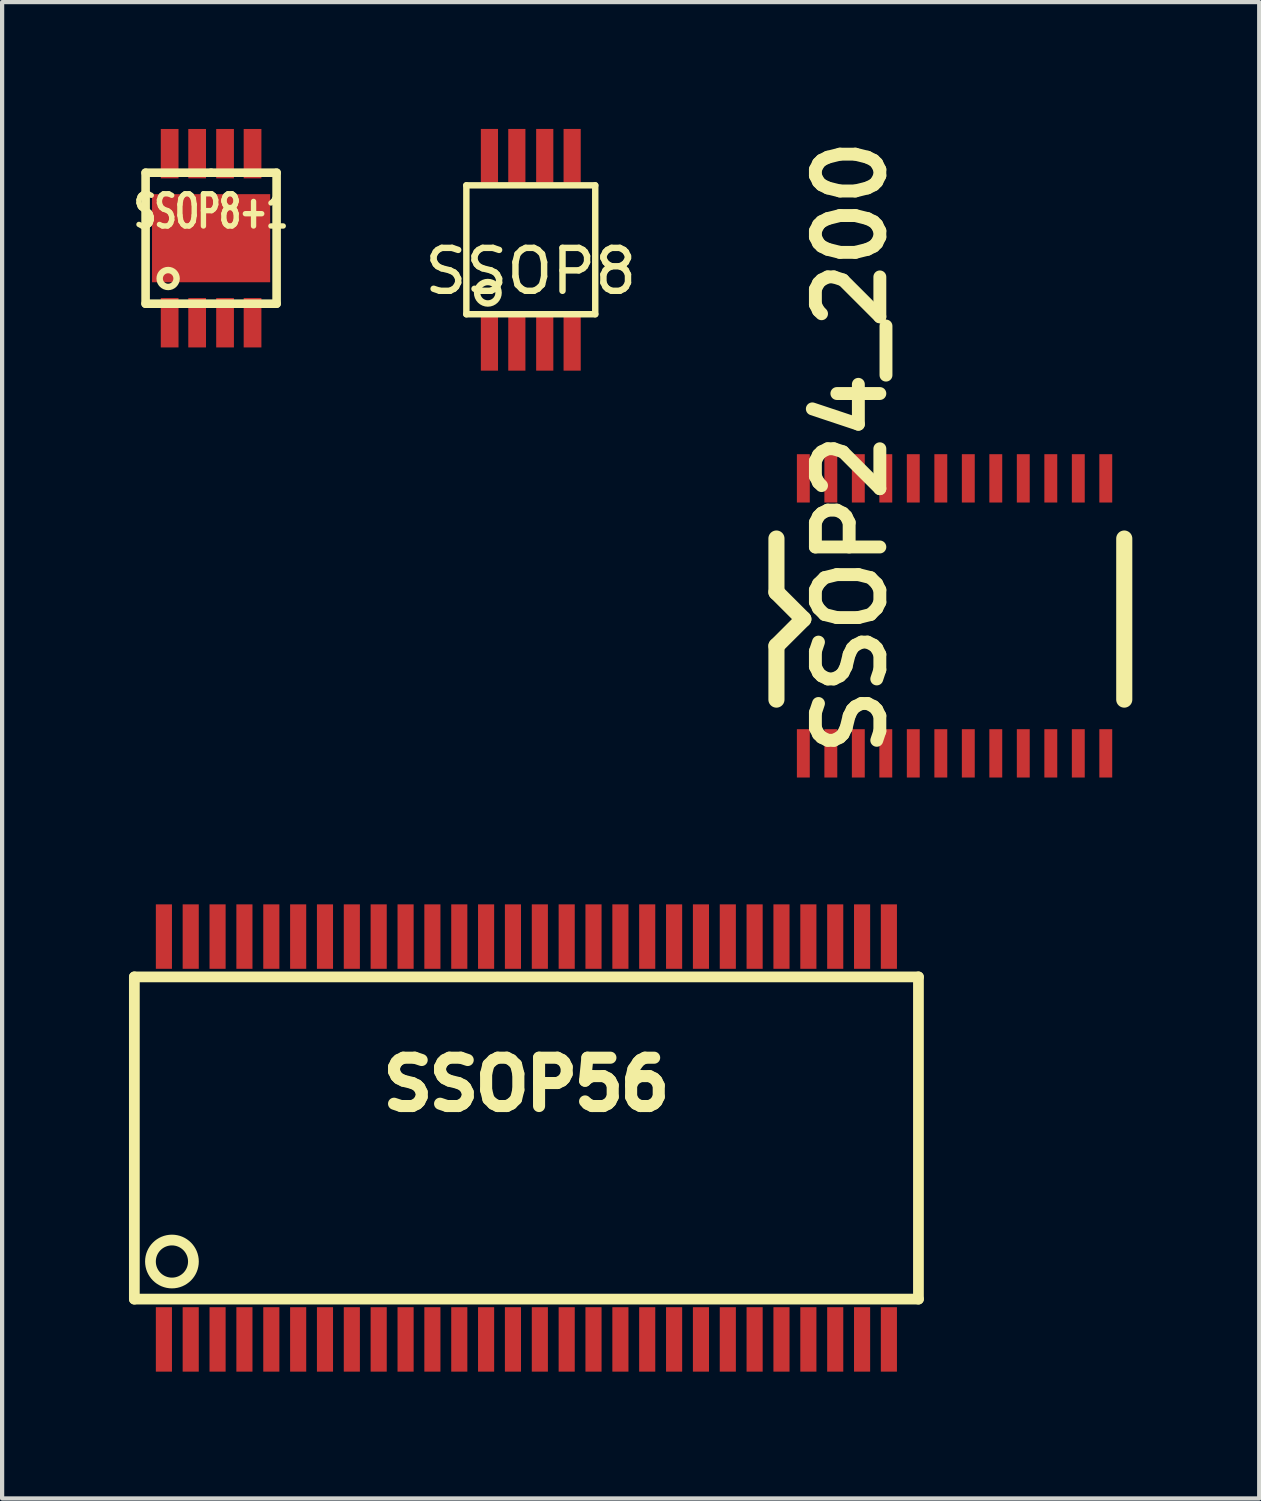
<source format=kicad_pcb>
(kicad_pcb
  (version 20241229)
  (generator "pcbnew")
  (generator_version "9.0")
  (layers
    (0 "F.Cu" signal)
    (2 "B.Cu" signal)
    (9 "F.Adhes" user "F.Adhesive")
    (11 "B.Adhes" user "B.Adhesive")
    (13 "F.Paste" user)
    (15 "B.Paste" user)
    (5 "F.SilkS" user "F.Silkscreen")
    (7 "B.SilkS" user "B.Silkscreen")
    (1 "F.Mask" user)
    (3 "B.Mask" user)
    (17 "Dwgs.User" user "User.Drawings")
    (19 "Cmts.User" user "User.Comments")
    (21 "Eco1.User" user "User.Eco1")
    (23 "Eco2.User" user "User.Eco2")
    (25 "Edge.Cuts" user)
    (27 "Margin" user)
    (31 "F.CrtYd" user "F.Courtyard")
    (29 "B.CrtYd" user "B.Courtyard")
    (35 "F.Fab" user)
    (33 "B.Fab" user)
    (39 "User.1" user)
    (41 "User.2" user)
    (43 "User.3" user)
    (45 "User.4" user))
  (footprint "SSOP8"
    (layer "F.Cu")
    (at 9.502 2.857)
    (property "Reference" "SSOP8" (at 0 0.508 0) (layer "F.SilkS") (effects (font (size 1.016 1.016) (thickness 0.152))))
    (attr smd)
    (fp_line (start -1.524 -1.524) (end 1.524 -1.524) (stroke (width 0.152) (type solid)) (layer "F.SilkS"))
    (fp_line (start -1.524 1.524) (end -1.524 -1.524) (stroke (width 0.152) (type solid)) (layer "F.SilkS"))
    (fp_line (start 1.524 -1.524) (end 1.524 1.524) (stroke (width 0.152) (type solid)) (layer "F.SilkS"))
    (fp_line (start 1.524 1.524) (end -1.524 1.524) (stroke (width 0.152) (type solid)) (layer "F.SilkS"))
    (fp_circle (center -1.016 1.016) (end -1.016 0.762) (stroke (width 0.152) (type solid)) (fill no) (layer "F.SilkS"))
    (pad "1" smd rect (at -0.978 2.223) (size 0.406 1.27) (layers "F.Cu" "F.Mask" "F.Paste"))
    (pad "2" smd rect (at -0.33 2.223) (size 0.406 1.27) (layers "F.Cu" "F.Mask" "F.Paste"))
    (pad "3" smd rect (at 0.33 2.223) (size 0.406 1.27) (layers "F.Cu" "F.Mask" "F.Paste"))
    (pad "4" smd rect (at 0.978 2.223) (size 0.406 1.27) (layers "F.Cu" "F.Mask" "F.Paste"))
    (pad "5" smd rect (at 0.978 -2.223) (size 0.406 1.27) (layers "F.Cu" "F.Mask" "F.Paste"))
    (pad "6" smd rect (at 0.33 -2.223) (size 0.406 1.27) (layers "F.Cu" "F.Mask" "F.Paste"))
    (pad "7" smd rect (at -0.33 -2.223) (size 0.406 1.27) (layers "F.Cu" "F.Mask" "F.Paste"))
    (pad "8" smd rect (at -0.978 -2.223) (size 0.406 1.27) (layers "F.Cu" "F.Mask" "F.Paste")))
  (footprint "SSOP56"
    (layer "F.Cu")
    (at 9.398 23.861)
    (property "Reference" "SSOP56" (at 0 -1.27 0) (layer "F.SilkS") (effects (font (size 1.143 1.143) (thickness 0.287))))
    (attr smd)
    (fp_line (start -9.271 -3.81) (end -9.271 3.81) (stroke (width 0.254) (type solid)) (layer "F.SilkS"))
    (fp_line (start -9.271 3.81) (end 9.271 3.81) (stroke (width 0.254) (type solid)) (layer "F.SilkS"))
    (fp_line (start 9.271 -3.81) (end -9.271 -3.81) (stroke (width 0.254) (type solid)) (layer "F.SilkS"))
    (fp_line (start 9.271 3.81) (end 9.271 -3.81) (stroke (width 0.254) (type solid)) (layer "F.SilkS"))
    (fp_circle (center -8.382 2.921) (end -8.382 2.413) (stroke (width 0.254) (type solid)) (fill no) (layer "F.SilkS"))
    (pad "1" smd rect (at -8.572 4.763) (size 0.381 1.524) (layers "F.Cu" "F.Mask" "F.Paste"))
    (pad "2" smd rect (at -7.938 4.763) (size 0.381 1.524) (layers "F.Cu" "F.Mask" "F.Paste"))
    (pad "3" smd rect (at -7.303 4.763) (size 0.381 1.524) (layers "F.Cu" "F.Mask" "F.Paste"))
    (pad "4" smd rect (at -6.668 4.763) (size 0.381 1.524) (layers "F.Cu" "F.Mask" "F.Paste"))
    (pad "5" smd rect (at -6.032 4.763) (size 0.381 1.524) (layers "F.Cu" "F.Mask" "F.Paste"))
    (pad "6" smd rect (at -5.397 4.763) (size 0.381 1.524) (layers "F.Cu" "F.Mask" "F.Paste"))
    (pad "7" smd rect (at -4.763 4.763) (size 0.381 1.524) (layers "F.Cu" "F.Mask" "F.Paste"))
    (pad "8" smd rect (at -4.128 4.763) (size 0.381 1.524) (layers "F.Cu" "F.Mask" "F.Paste"))
    (pad "9" smd rect (at -3.493 4.763) (size 0.381 1.524) (layers "F.Cu" "F.Mask" "F.Paste"))
    (pad "10" smd rect (at -2.857 4.763) (size 0.381 1.524) (layers "F.Cu" "F.Mask" "F.Paste"))
    (pad "11" smd rect (at -2.223 4.763) (size 0.381 1.524) (layers "F.Cu" "F.Mask" "F.Paste"))
    (pad "12" smd rect (at -1.587 4.763) (size 0.381 1.524) (layers "F.Cu" "F.Mask" "F.Paste"))
    (pad "13" smd rect (at -0.953 4.763) (size 0.381 1.524) (layers "F.Cu" "F.Mask" "F.Paste"))
    (pad "14" smd rect (at -0.318 4.763) (size 0.381 1.524) (layers "F.Cu" "F.Mask" "F.Paste"))
    (pad "15" smd rect (at 0.318 4.763) (size 0.381 1.524) (layers "F.Cu" "F.Mask" "F.Paste"))
    (pad "16" smd rect (at 0.953 4.763) (size 0.381 1.524) (layers "F.Cu" "F.Mask" "F.Paste"))
    (pad "17" smd rect (at 1.587 4.763) (size 0.381 1.524) (layers "F.Cu" "F.Mask" "F.Paste"))
    (pad "18" smd rect (at 2.223 4.763) (size 0.381 1.524) (layers "F.Cu" "F.Mask" "F.Paste"))
    (pad "19" smd rect (at 2.857 4.763) (size 0.381 1.524) (layers "F.Cu" "F.Mask" "F.Paste"))
    (pad "20" smd rect (at 3.493 4.763) (size 0.381 1.524) (layers "F.Cu" "F.Mask" "F.Paste"))
    (pad "21" smd rect (at 4.128 4.763) (size 0.381 1.524) (layers "F.Cu" "F.Mask" "F.Paste"))
    (pad "22" smd rect (at 4.763 4.763) (size 0.381 1.524) (layers "F.Cu" "F.Mask" "F.Paste"))
    (pad "23" smd rect (at 5.397 4.763) (size 0.381 1.524) (layers "F.Cu" "F.Mask" "F.Paste"))
    (pad "24" smd rect (at 6.032 4.763) (size 0.381 1.524) (layers "F.Cu" "F.Mask" "F.Paste"))
    (pad "25" smd rect (at 6.668 4.763) (size 0.381 1.524) (layers "F.Cu" "F.Mask" "F.Paste"))
    (pad "26" smd rect (at 7.303 4.763) (size 0.381 1.524) (layers "F.Cu" "F.Mask" "F.Paste"))
    (pad "27" smd rect (at 7.938 4.763) (size 0.381 1.524) (layers "F.Cu" "F.Mask" "F.Paste"))
    (pad "28" smd rect (at 8.572 4.763) (size 0.381 1.524) (layers "F.Cu" "F.Mask" "F.Paste"))
    (pad "29" smd rect (at 8.572 -4.763) (size 0.381 1.524) (layers "F.Cu" "F.Mask" "F.Paste"))
    (pad "30" smd rect (at 7.938 -4.763) (size 0.381 1.524) (layers "F.Cu" "F.Mask" "F.Paste"))
    (pad "31" smd rect (at 7.303 -4.763) (size 0.381 1.524) (layers "F.Cu" "F.Mask" "F.Paste"))
    (pad "32" smd rect (at 6.668 -4.763) (size 0.381 1.524) (layers "F.Cu" "F.Mask" "F.Paste"))
    (pad "33" smd rect (at 6.032 -4.763) (size 0.381 1.524) (layers "F.Cu" "F.Mask" "F.Paste"))
    (pad "34" smd rect (at 5.397 -4.763) (size 0.381 1.524) (layers "F.Cu" "F.Mask" "F.Paste"))
    (pad "35" smd rect (at 4.763 -4.763) (size 0.381 1.524) (layers "F.Cu" "F.Mask" "F.Paste"))
    (pad "36" smd rect (at 4.128 -4.763) (size 0.381 1.524) (layers "F.Cu" "F.Mask" "F.Paste"))
    (pad "37" smd rect (at 3.493 -4.763) (size 0.381 1.524) (layers "F.Cu" "F.Mask" "F.Paste"))
    (pad "38" smd rect (at 2.857 -4.763) (size 0.381 1.524) (layers "F.Cu" "F.Mask" "F.Paste"))
    (pad "39" smd rect (at 2.223 -4.763) (size 0.381 1.524) (layers "F.Cu" "F.Mask" "F.Paste"))
    (pad "40" smd rect (at 1.587 -4.763) (size 0.381 1.524) (layers "F.Cu" "F.Mask" "F.Paste"))
    (pad "41" smd rect (at 0.953 -4.763) (size 0.381 1.524) (layers "F.Cu" "F.Mask" "F.Paste"))
    (pad "42" smd rect (at 0.318 -4.763) (size 0.381 1.524) (layers "F.Cu" "F.Mask" "F.Paste"))
    (pad "43" smd rect (at -0.318 -4.763) (size 0.381 1.524) (layers "F.Cu" "F.Mask" "F.Paste"))
    (pad "44" smd rect (at -0.953 -4.763) (size 0.381 1.524) (layers "F.Cu" "F.Mask" "F.Paste"))
    (pad "45" smd rect (at -1.587 -4.763) (size 0.381 1.524) (layers "F.Cu" "F.Mask" "F.Paste"))
    (pad "46" smd rect (at -2.223 -4.763) (size 0.381 1.524) (layers "F.Cu" "F.Mask" "F.Paste"))
    (pad "47" smd rect (at -2.857 -4.763) (size 0.381 1.524) (layers "F.Cu" "F.Mask" "F.Paste"))
    (pad "48" smd rect (at -3.493 -4.763) (size 0.381 1.524) (layers "F.Cu" "F.Mask" "F.Paste"))
    (pad "49" smd rect (at -4.128 -4.763) (size 0.381 1.524) (layers "F.Cu" "F.Mask" "F.Paste"))
    (pad "50" smd rect (at -4.763 -4.763) (size 0.381 1.524) (layers "F.Cu" "F.Mask" "F.Paste"))
    (pad "51" smd rect (at -5.397 -4.763) (size 0.381 1.524) (layers "F.Cu" "F.Mask" "F.Paste"))
    (pad "52" smd rect (at -6.032 -4.763) (size 0.381 1.524) (layers "F.Cu" "F.Mask" "F.Paste"))
    (pad "53" smd rect (at -6.668 -4.763) (size 0.381 1.524) (layers "F.Cu" "F.Mask" "F.Paste"))
    (pad "54" smd rect (at -7.303 -4.763) (size 0.381 1.524) (layers "F.Cu" "F.Mask" "F.Paste"))
    (pad "55" smd rect (at -7.938 -4.763) (size 0.381 1.524) (layers "F.Cu" "F.Mask" "F.Paste"))
    (pad "56" smd rect (at -8.572 -4.763) (size 0.381 1.524) (layers "F.Cu" "F.Mask" "F.Paste")))
  (footprint "SSOP8+1"
    (layer "F.Cu")
    (at 1.942 2.583)
    (property "Reference" "SSOP8+1" (at 0 -0.635 0) (layer "F.SilkS") (effects (font (size 0.762 0.508) (thickness 0.127))))
    (attr smd)
    (fp_line (start -1.549 -1.549) (end -1.549 1.549) (stroke (width 0.203) (type solid)) (layer "F.SilkS"))
    (fp_line (start -1.549 1.549) (end 1.549 1.549) (stroke (width 0.203) (type solid)) (layer "F.SilkS"))
    (fp_line (start 0 -1.549) (end -1.549 -1.549) (stroke (width 0.203) (type solid)) (layer "F.SilkS"))
    (fp_line (start 1.549 -1.549) (end 0 -1.549) (stroke (width 0.203) (type solid)) (layer "F.SilkS"))
    (fp_line (start 1.549 1.549) (end 1.549 -1.549) (stroke (width 0.203) (type solid)) (layer "F.SilkS"))
    (fp_circle (center -1.016 0.953) (end -1.079 1.143) (stroke (width 0.152) (type solid)) (fill no) (layer "F.SilkS"))
    (pad "1" smd rect (at -0.98 1.999) (size 0.419 1.168) (layers "F.Cu" "F.Mask" "F.Paste"))
    (pad "2" smd rect (at -0.33 1.999) (size 0.419 1.168) (layers "F.Cu" "F.Mask" "F.Paste"))
    (pad "3" smd rect (at 0.33 1.999) (size 0.419 1.168) (layers "F.Cu" "F.Mask" "F.Paste"))
    (pad "4" smd rect (at 0.98 1.999) (size 0.419 1.168) (layers "F.Cu" "F.Mask" "F.Paste"))
    (pad "5" smd rect (at 0.98 -1.999) (size 0.419 1.168) (layers "F.Cu" "F.Mask" "F.Paste"))
    (pad "6" smd rect (at 0.33 -1.999) (size 0.419 1.168) (layers "F.Cu" "F.Mask" "F.Paste"))
    (pad "7" smd rect (at -0.33 -1.999) (size 0.419 1.168) (layers "F.Cu" "F.Mask" "F.Paste"))
    (pad "8" smd rect (at -0.98 -1.999) (size 0.419 1.168) (layers "F.Cu" "F.Mask" "F.Paste"))
    (pad "9" smd rect (at 0 0) (size 2.794 2.083) (layers "F.Cu" "F.Mask" "F.Paste")))
  (footprint "SSOP24_200"
    (layer "F.Cu")
    (at 19.566 11.526)
    (property "Reference" "SSOP24_200" (at -2.499 -4 90) (layer "F.SilkS") (effects (font (size 1.524 1.524) (thickness 0.305))))
    (attr through_hole)
    (fp_line (start -4.255 -1.841) (end -4.255 -0.572) (stroke (width 0.381) (type solid)) (layer "F.SilkS"))
    (fp_line (start -4.255 -0.572) (end -3.619 0.064) (stroke (width 0.381) (type solid)) (layer "F.SilkS"))
    (fp_line (start -4.255 0.699) (end -4.255 1.968) (stroke (width 0.381) (type solid)) (layer "F.SilkS"))
    (fp_line (start -3.619 0.064) (end -4.255 0.699) (stroke (width 0.381) (type solid)) (layer "F.SilkS"))
    (fp_line (start 3.97 -1.841) (end 3.97 1.968) (stroke (width 0.381) (type solid)) (layer "F.SilkS"))
    (pad "1" smd rect (at -3.619 3.239) (size 0.305 1.143) (layers "F.Cu" "F.Mask" "F.Paste"))
    (pad "2" smd rect (at -2.969 3.239) (size 0.305 1.143) (layers "F.Cu" "F.Mask" "F.Paste"))
    (pad "3" smd rect (at -2.319 3.239) (size 0.305 1.143) (layers "F.Cu" "F.Mask" "F.Paste"))
    (pad "4" smd rect (at -1.669 3.239) (size 0.305 1.143) (layers "F.Cu" "F.Mask" "F.Paste"))
    (pad "5" smd rect (at -1.019 3.239) (size 0.305 1.143) (layers "F.Cu" "F.Mask" "F.Paste"))
    (pad "6" smd rect (at -0.368 3.239) (size 0.305 1.143) (layers "F.Cu" "F.Mask" "F.Paste"))
    (pad "7" smd rect (at 0.282 3.239) (size 0.305 1.143) (layers "F.Cu" "F.Mask" "F.Paste"))
    (pad "8" smd rect (at 0.932 3.239) (size 0.305 1.143) (layers "F.Cu" "F.Mask" "F.Paste"))
    (pad "9" smd rect (at 1.582 3.239) (size 0.305 1.143) (layers "F.Cu" "F.Mask" "F.Paste"))
    (pad "10" smd rect (at 2.233 3.239) (size 0.305 1.143) (layers "F.Cu" "F.Mask" "F.Paste"))
    (pad "11" smd rect (at 2.883 3.239) (size 0.305 1.143) (layers "F.Cu" "F.Mask" "F.Paste"))
    (pad "12" smd rect (at 3.533 3.239) (size 0.305 1.143) (layers "F.Cu" "F.Mask" "F.Paste"))
    (pad "13" smd rect (at 3.533 -3.264) (size 0.305 1.143) (layers "F.Cu" "F.Mask" "F.Paste"))
    (pad "14" smd rect (at 2.883 -3.264) (size 0.305 1.143) (layers "F.Cu" "F.Mask" "F.Paste"))
    (pad "15" smd rect (at 2.233 -3.264) (size 0.305 1.143) (layers "F.Cu" "F.Mask" "F.Paste"))
    (pad "16" smd rect (at 1.582 -3.264) (size 0.305 1.143) (layers "F.Cu" "F.Mask" "F.Paste"))
    (pad "17" smd rect (at 0.932 -3.264) (size 0.305 1.143) (layers "F.Cu" "F.Mask" "F.Paste"))
    (pad "18" smd rect (at 0.282 -3.264) (size 0.305 1.143) (layers "F.Cu" "F.Mask" "F.Paste"))
    (pad "19" smd rect (at -0.368 -3.264) (size 0.305 1.143) (layers "F.Cu" "F.Mask" "F.Paste"))
    (pad "20" smd rect (at -1.019 -3.264) (size 0.305 1.143) (layers "F.Cu" "F.Mask" "F.Paste"))
    (pad "21" smd rect (at -1.669 -3.264) (size 0.305 1.143) (layers "F.Cu" "F.Mask" "F.Paste"))
    (pad "22" smd rect (at -2.319 -3.264) (size 0.305 1.143) (layers "F.Cu" "F.Mask" "F.Paste"))
    (pad "23" smd rect (at -2.969 -3.264) (size 0.305 1.143) (layers "F.Cu" "F.Mask" "F.Paste"))
    (pad "24" smd rect (at -3.619 -3.264) (size 0.305 1.143) (layers "F.Cu" "F.Mask" "F.Paste")))
  (gr_rect
    (start -3 -3)
    (end 26.727 32.385)
    (stroke (width 0.1) (type default))
    (fill no)
    (layer "Edge.Cuts")))
</source>
